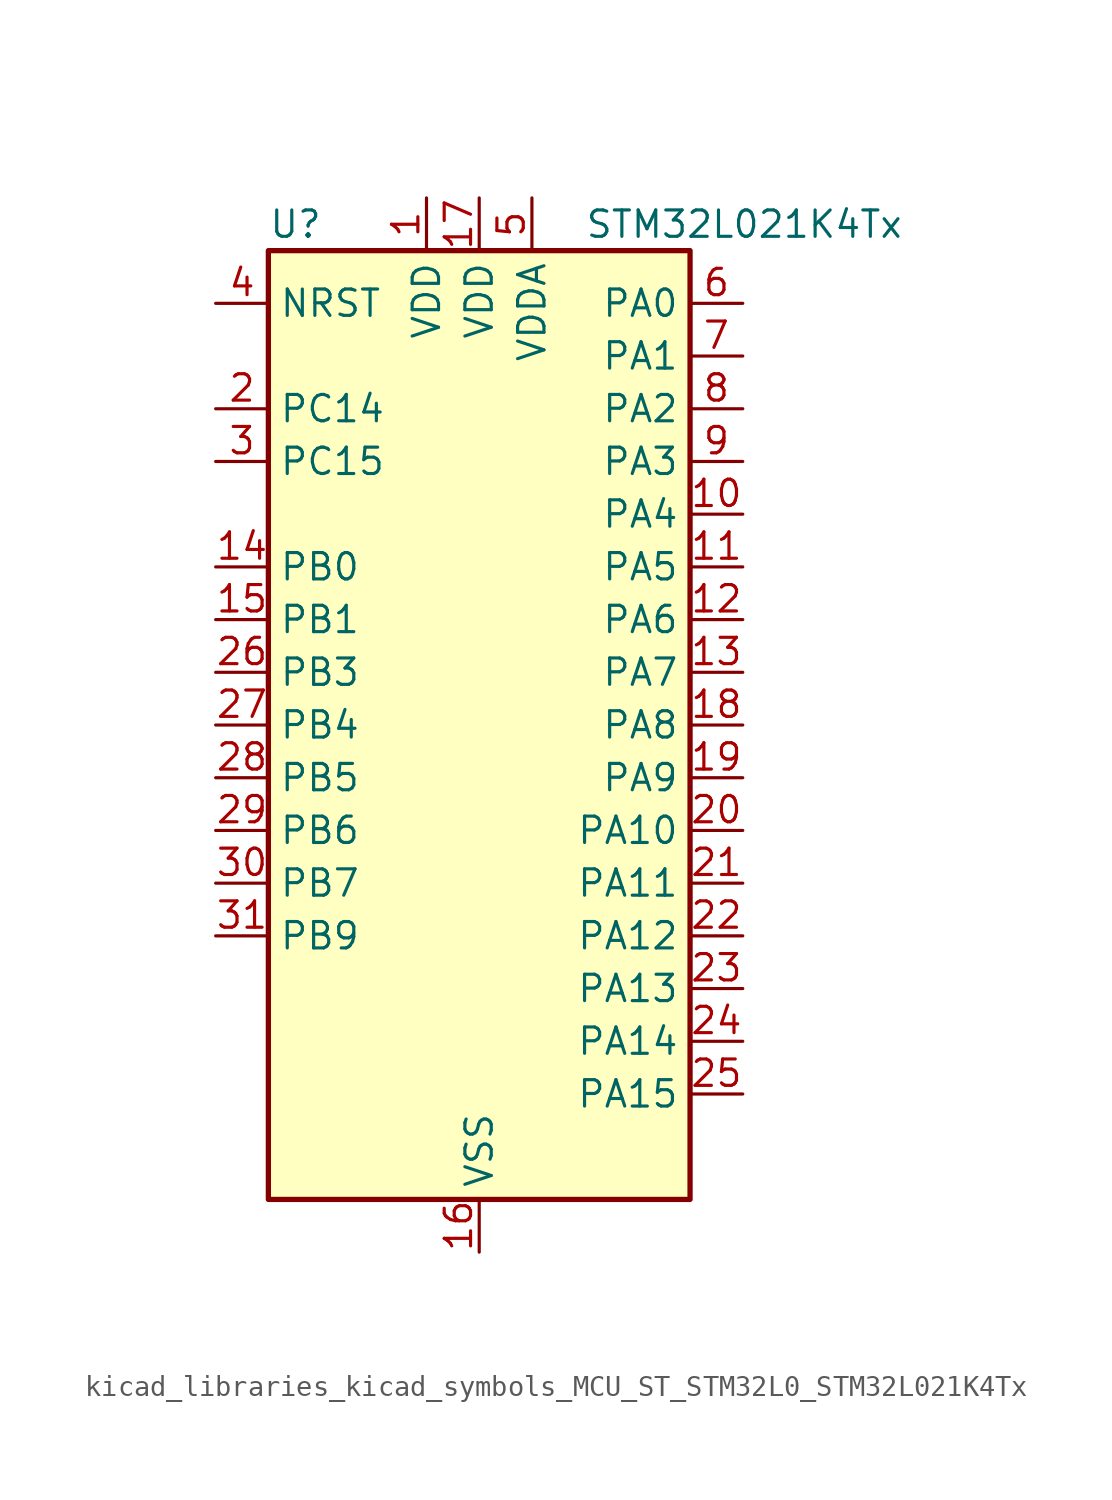
<source format=kicad_sym>
(kicad_symbol_lib
  (version 20220914)
  (generator kicad_symbol_editor)
  (symbol "kicad_libraries_kicad_symbols_MCU_ST_STM32L0_STM32L021K4Tx"
    (property "Reference" "U"
      (at -10.16 24.13 0)
      (effects (font (size 1.27 1.27)) (justify left)))
    (property "Value" "STM32L021K4Tx"
      (at 5.08 24.13 0)
      (effects (font (size 1.27 1.27)) (justify left)))
    (property "ki_locked" ""
      (at 0 0 0)
      (effects (font (size 1.27 1.27))))
    (symbol "kicad_libraries_kicad_symbols_MCU_ST_STM32L0_STM32L021K4Tx_0_1"
      (rectangle (start -10.16 -22.86) (end 10.16 22.86) (stroke (width 0.254) (type default)) (fill (type background))))
    (symbol "kicad_libraries_kicad_symbols_MCU_ST_STM32L0_STM32L021K4Tx_1_1"
      (pin power_in line (at -2.54 25.4 270) (length 2.54) (name "VDD" (effects (font (size 1.27 1.27)))) (number "1" (effects (font (size 1.27 1.27)))))
      (pin bidirectional line (at 12.7 10.16 180) (length 2.54) (name "PA4" (effects (font (size 1.27 1.27)))) (number "10" (effects (font (size 1.27 1.27)))) (alternate "ADC_IN4" bidirectional line) (alternate "COMP1_INM" bidirectional line) (alternate "COMP2_INM" bidirectional line) (alternate "COMP2_OUT" bidirectional line) (alternate "I2C1_SCL" bidirectional line) (alternate "LPTIM1_ETR" bidirectional line) (alternate "LPTIM1_IN1" bidirectional line) (alternate "LPUART1_TX" bidirectional line) (alternate "SPI1_NSS" bidirectional line) (alternate "TIM2_ETR" bidirectional line) (alternate "USART2_CK" bidirectional line))
      (pin bidirectional line (at 12.7 7.62 180) (length 2.54) (name "PA5" (effects (font (size 1.27 1.27)))) (number "11" (effects (font (size 1.27 1.27)))) (alternate "ADC_IN5" bidirectional line) (alternate "COMP1_INM" bidirectional line) (alternate "COMP2_INM" bidirectional line) (alternate "LPTIM1_IN2" bidirectional line) (alternate "SPI1_SCK" bidirectional line) (alternate "TIM2_CH1" bidirectional line) (alternate "TIM2_ETR" bidirectional line))
      (pin bidirectional line (at 12.7 5.08 180) (length 2.54) (name "PA6" (effects (font (size 1.27 1.27)))) (number "12" (effects (font (size 1.27 1.27)))) (alternate "ADC_IN6" bidirectional line) (alternate "COMP1_OUT" bidirectional line) (alternate "LPTIM1_ETR" bidirectional line) (alternate "LPUART1_CTS" bidirectional line) (alternate "SPI1_MISO" bidirectional line))
      (pin bidirectional line (at 12.7 2.54 180) (length 2.54) (name "PA7" (effects (font (size 1.27 1.27)))) (number "13" (effects (font (size 1.27 1.27)))) (alternate "ADC_IN7" bidirectional line) (alternate "COMP2_INP" bidirectional line) (alternate "COMP2_OUT" bidirectional line) (alternate "LPTIM1_OUT" bidirectional line) (alternate "SPI1_MOSI" bidirectional line) (alternate "TIM21_ETR" bidirectional line) (alternate "USART2_CTS" bidirectional line))
      (pin bidirectional line (at -12.7 7.62 0) (length 2.54) (name "PB0" (effects (font (size 1.27 1.27)))) (number "14" (effects (font (size 1.27 1.27)))) (alternate "ADC_IN8" bidirectional line) (alternate "SPI1_MISO" bidirectional line) (alternate "SYS_VREF_OUT_PB0" bidirectional line) (alternate "TIM2_CH2" bidirectional line) (alternate "TIM2_CH3" bidirectional line) (alternate "USART2_DE" bidirectional line) (alternate "USART2_RTS" bidirectional line))
      (pin bidirectional line (at -12.7 5.08 0) (length 2.54) (name "PB1" (effects (font (size 1.27 1.27)))) (number "15" (effects (font (size 1.27 1.27)))) (alternate "ADC_IN9" bidirectional line) (alternate "LPTIM1_IN1" bidirectional line) (alternate "LPUART1_DE" bidirectional line) (alternate "LPUART1_RTS" bidirectional line) (alternate "SPI1_MOSI" bidirectional line) (alternate "SYS_VREF_OUT_PB1" bidirectional line) (alternate "TIM2_CH4" bidirectional line) (alternate "USART2_CK" bidirectional line))
      (pin power_in line (at 0 -25.4 90) (length 2.54) (name "VSS" (effects (font (size 1.27 1.27)))) (number "16" (effects (font (size 1.27 1.27)))))
      (pin power_in line (at 0 25.4 270) (length 2.54) (name "VDD" (effects (font (size 1.27 1.27)))) (number "17" (effects (font (size 1.27 1.27)))))
      (pin bidirectional line (at 12.7 0 180) (length 2.54) (name "PA8" (effects (font (size 1.27 1.27)))) (number "18" (effects (font (size 1.27 1.27)))) (alternate "LPTIM1_IN1" bidirectional line) (alternate "RCC_MCO" bidirectional line) (alternate "TIM2_CH1" bidirectional line) (alternate "USART2_CK" bidirectional line))
      (pin bidirectional line (at 12.7 -2.54 180) (length 2.54) (name "PA9" (effects (font (size 1.27 1.27)))) (number "19" (effects (font (size 1.27 1.27)))) (alternate "COMP1_OUT" bidirectional line) (alternate "I2C1_SCL" bidirectional line) (alternate "LPTIM1_OUT" bidirectional line) (alternate "RCC_MCO" bidirectional line) (alternate "TIM21_CH2" bidirectional line) (alternate "USART2_TX" bidirectional line))
      (pin bidirectional line (at -12.7 15.24 0) (length 2.54) (name "PC14" (effects (font (size 1.27 1.27)))) (number "2" (effects (font (size 1.27 1.27)))) (alternate "RCC_OSC32_IN" bidirectional line))
      (pin bidirectional line (at 12.7 -5.08 180) (length 2.54) (name "PA10" (effects (font (size 1.27 1.27)))) (number "20" (effects (font (size 1.27 1.27)))) (alternate "COMP1_OUT" bidirectional line) (alternate "I2C1_SDA" bidirectional line) (alternate "RTC_REFIN" bidirectional line) (alternate "TIM21_CH1" bidirectional line) (alternate "TIM2_CH3" bidirectional line) (alternate "USART2_RX" bidirectional line))
      (pin bidirectional line (at 12.7 -7.62 180) (length 2.54) (name "PA11" (effects (font (size 1.27 1.27)))) (number "21" (effects (font (size 1.27 1.27)))) (alternate "ADC_EXTI11" bidirectional line) (alternate "COMP1_OUT" bidirectional line) (alternate "LPTIM1_OUT" bidirectional line) (alternate "SPI1_MISO" bidirectional line) (alternate "TIM21_CH2" bidirectional line) (alternate "USART2_CTS" bidirectional line))
      (pin bidirectional line (at 12.7 -10.16 180) (length 2.54) (name "PA12" (effects (font (size 1.27 1.27)))) (number "22" (effects (font (size 1.27 1.27)))) (alternate "COMP2_OUT" bidirectional line) (alternate "SPI1_MOSI" bidirectional line) (alternate "USART2_DE" bidirectional line) (alternate "USART2_RTS" bidirectional line))
      (pin bidirectional line (at 12.7 -12.7 180) (length 2.54) (name "PA13" (effects (font (size 1.27 1.27)))) (number "23" (effects (font (size 1.27 1.27)))) (alternate "COMP1_OUT" bidirectional line) (alternate "I2C1_SDA" bidirectional line) (alternate "LPTIM1_ETR" bidirectional line) (alternate "LPUART1_RX" bidirectional line) (alternate "SPI1_SCK" bidirectional line) (alternate "SYS_SWDIO" bidirectional line))
      (pin bidirectional line (at 12.7 -15.24 180) (length 2.54) (name "PA14" (effects (font (size 1.27 1.27)))) (number "24" (effects (font (size 1.27 1.27)))) (alternate "COMP2_OUT" bidirectional line) (alternate "I2C1_SMBA" bidirectional line) (alternate "LPTIM1_OUT" bidirectional line) (alternate "LPUART1_TX" bidirectional line) (alternate "SPI1_MISO" bidirectional line) (alternate "SYS_SWCLK" bidirectional line) (alternate "USART2_TX" bidirectional line))
      (pin bidirectional line (at 12.7 -17.78 180) (length 2.54) (name "PA15" (effects (font (size 1.27 1.27)))) (number "25" (effects (font (size 1.27 1.27)))) (alternate "SPI1_NSS" bidirectional line) (alternate "TIM2_CH1" bidirectional line) (alternate "TIM2_ETR" bidirectional line) (alternate "USART2_RX" bidirectional line))
      (pin bidirectional line (at -12.7 2.54 0) (length 2.54) (name "PB3" (effects (font (size 1.27 1.27)))) (number "26" (effects (font (size 1.27 1.27)))) (alternate "COMP2_INM" bidirectional line) (alternate "SPI1_SCK" bidirectional line) (alternate "TIM2_CH2" bidirectional line))
      (pin bidirectional line (at -12.7 0 0) (length 2.54) (name "PB4" (effects (font (size 1.27 1.27)))) (number "27" (effects (font (size 1.27 1.27)))) (alternate "COMP2_INP" bidirectional line) (alternate "SPI1_MISO" bidirectional line))
      (pin bidirectional line (at -12.7 -2.54 0) (length 2.54) (name "PB5" (effects (font (size 1.27 1.27)))) (number "28" (effects (font (size 1.27 1.27)))) (alternate "COMP2_INP" bidirectional line) (alternate "I2C1_SMBA" bidirectional line) (alternate "LPTIM1_IN1" bidirectional line) (alternate "SPI1_MOSI" bidirectional line) (alternate "TIM21_CH1" bidirectional line))
      (pin bidirectional line (at -12.7 -5.08 0) (length 2.54) (name "PB6" (effects (font (size 1.27 1.27)))) (number "29" (effects (font (size 1.27 1.27)))) (alternate "COMP2_INP" bidirectional line) (alternate "I2C1_SCL" bidirectional line) (alternate "LPTIM1_ETR" bidirectional line) (alternate "LPUART1_TX" bidirectional line) (alternate "TIM2_CH3" bidirectional line) (alternate "USART2_TX" bidirectional line))
      (pin bidirectional line (at -12.7 12.7 0) (length 2.54) (name "PC15" (effects (font (size 1.27 1.27)))) (number "3" (effects (font (size 1.27 1.27)))) (alternate "RCC_OSC32_OUT" bidirectional line))
      (pin bidirectional line (at -12.7 -7.62 0) (length 2.54) (name "PB7" (effects (font (size 1.27 1.27)))) (number "30" (effects (font (size 1.27 1.27)))) (alternate "COMP2_INP" bidirectional line) (alternate "I2C1_SDA" bidirectional line) (alternate "LPTIM1_IN2" bidirectional line) (alternate "LPUART1_RX" bidirectional line) (alternate "SYS_PVD_IN" bidirectional line) (alternate "TIM2_CH4" bidirectional line) (alternate "USART2_RX" bidirectional line))
      (pin bidirectional line (at -12.7 -10.16 0) (length 2.54) (name "PB9" (effects (font (size 1.27 1.27)))) (number "31" (effects (font (size 1.27 1.27)))))
      (pin passive line (at 0 -25.4 90) (length 2.54) hide (name "VSS" (effects (font (size 1.27 1.27)))) (number "32" (effects (font (size 1.27 1.27)))))
      (pin input line (at -12.7 20.32 0) (length 2.54) (name "NRST" (effects (font (size 1.27 1.27)))) (number "4" (effects (font (size 1.27 1.27)))))
      (pin power_in line (at 2.54 25.4 270) (length 2.54) (name "VDDA" (effects (font (size 1.27 1.27)))) (number "5" (effects (font (size 1.27 1.27)))))
      (pin bidirectional line (at 12.7 20.32 180) (length 2.54) (name "PA0" (effects (font (size 1.27 1.27)))) (number "6" (effects (font (size 1.27 1.27)))) (alternate "ADC_IN0" bidirectional line) (alternate "COMP1_INM" bidirectional line) (alternate "COMP1_OUT" bidirectional line) (alternate "LPTIM1_IN1" bidirectional line) (alternate "LPUART1_RX" bidirectional line) (alternate "RCC_CK_IN" bidirectional line) (alternate "RTC_TAMP2" bidirectional line) (alternate "SYS_WKUP1" bidirectional line) (alternate "TIM2_CH1" bidirectional line) (alternate "TIM2_ETR" bidirectional line) (alternate "USART2_CTS" bidirectional line) (alternate "USART2_RX" bidirectional line))
      (pin bidirectional line (at 12.7 17.78 180) (length 2.54) (name "PA1" (effects (font (size 1.27 1.27)))) (number "7" (effects (font (size 1.27 1.27)))) (alternate "ADC_IN1" bidirectional line) (alternate "COMP1_INP" bidirectional line) (alternate "I2C1_SMBA" bidirectional line) (alternate "LPTIM1_IN2" bidirectional line) (alternate "LPUART1_TX" bidirectional line) (alternate "TIM21_ETR" bidirectional line) (alternate "TIM2_CH2" bidirectional line) (alternate "USART2_DE" bidirectional line) (alternate "USART2_RTS" bidirectional line))
      (pin bidirectional line (at 12.7 15.24 180) (length 2.54) (name "PA2" (effects (font (size 1.27 1.27)))) (number "8" (effects (font (size 1.27 1.27)))) (alternate "ADC_IN2" bidirectional line) (alternate "COMP2_INM" bidirectional line) (alternate "COMP2_OUT" bidirectional line) (alternate "LPUART1_TX" bidirectional line) (alternate "RTC_OUT_ALARM" bidirectional line) (alternate "RTC_OUT_CALIB" bidirectional line) (alternate "RTC_TAMP3" bidirectional line) (alternate "RTC_TS" bidirectional line) (alternate "SYS_WKUP3" bidirectional line) (alternate "TIM21_CH1" bidirectional line) (alternate "TIM2_CH3" bidirectional line) (alternate "USART2_TX" bidirectional line))
      (pin bidirectional line (at 12.7 12.7 180) (length 2.54) (name "PA3" (effects (font (size 1.27 1.27)))) (number "9" (effects (font (size 1.27 1.27)))) (alternate "ADC_IN3" bidirectional line) (alternate "COMP2_INP" bidirectional line) (alternate "LPUART1_RX" bidirectional line) (alternate "TIM21_CH2" bidirectional line) (alternate "TIM2_CH4" bidirectional line) (alternate "USART2_RX" bidirectional line)))))
</source>
